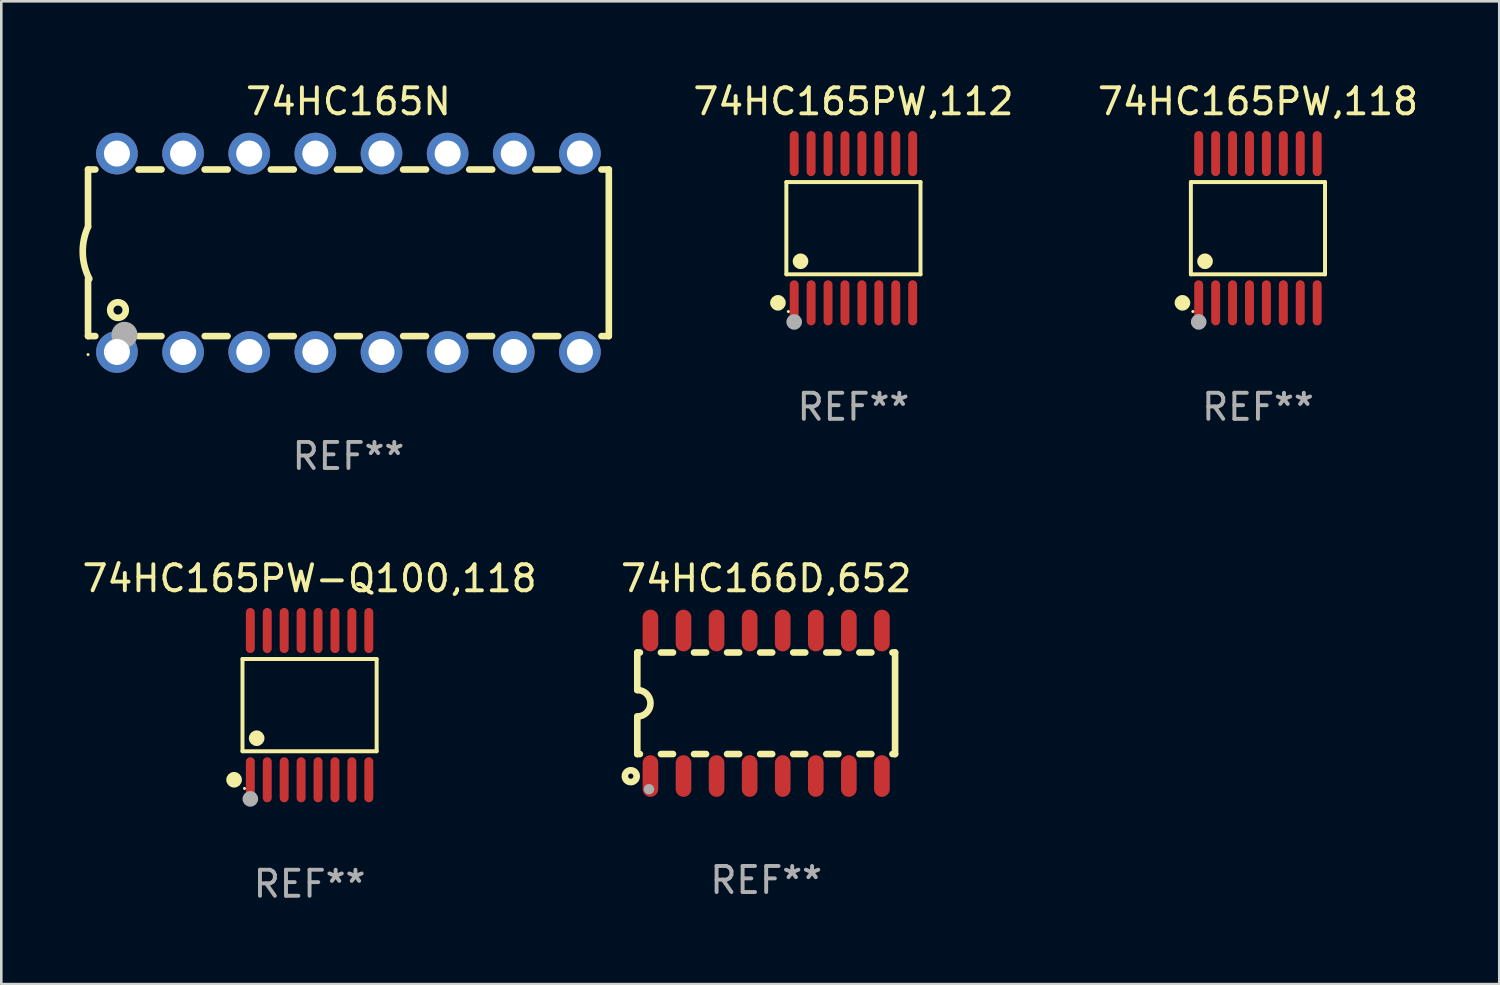
<source format=kicad_pcb>
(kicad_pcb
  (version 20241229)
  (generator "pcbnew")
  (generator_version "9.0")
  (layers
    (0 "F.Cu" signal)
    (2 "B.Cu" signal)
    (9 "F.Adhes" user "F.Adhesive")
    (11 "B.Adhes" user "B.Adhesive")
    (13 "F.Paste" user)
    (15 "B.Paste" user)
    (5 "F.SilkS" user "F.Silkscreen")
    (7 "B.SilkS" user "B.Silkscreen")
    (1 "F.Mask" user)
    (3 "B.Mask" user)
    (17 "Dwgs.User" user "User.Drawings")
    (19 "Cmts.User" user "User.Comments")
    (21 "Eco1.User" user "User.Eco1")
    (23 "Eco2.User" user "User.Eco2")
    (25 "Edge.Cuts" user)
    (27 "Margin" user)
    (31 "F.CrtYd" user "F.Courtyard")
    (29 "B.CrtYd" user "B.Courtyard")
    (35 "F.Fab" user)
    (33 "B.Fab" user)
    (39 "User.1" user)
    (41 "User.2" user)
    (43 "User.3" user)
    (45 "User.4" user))
  (footprint "74HC165PW-Q100,118"
    (layer "F.Cu")
    (at 8.839 24.031)
    (property "Reference" "74HC165PW-Q100,118" (at 0 -4.866 0) (layer "F.SilkS") (effects (font (size 1 1) (thickness 0.15))))
    (attr through_hole)
    (fp_line (start -2.576 -1.772) (end 2.576 -1.772) (stroke (width 0.152) (type solid)) (layer "F.SilkS"))
    (fp_line (start -2.576 1.771) (end -2.576 -1.772) (stroke (width 0.152) (type solid)) (layer "F.SilkS"))
    (fp_line (start 2.576 -1.772) (end 2.576 1.771) (stroke (width 0.152) (type solid)) (layer "F.SilkS"))
    (fp_line (start 2.576 1.771) (end -2.576 1.771) (stroke (width 0.152) (type solid)) (layer "F.SilkS"))
    (fp_circle (center -2.899 2.866) (end -2.749 2.866) (stroke (width 0.3) (type solid)) (fill no) (layer "F.SilkS"))
    (fp_circle (center -2.5 3.2) (end -2.47 3.2) (stroke (width 0.06) (type solid)) (fill no) (layer "F.SilkS"))
    (fp_circle (center -2.032 1.27) (end -1.882 1.27) (stroke (width 0.3) (type solid)) (fill no) (layer "F.SilkS"))
    (fp_circle (center -2.275 3.6) (end -2.125 3.6) (stroke (width 0.3) (type solid)) (fill no) (layer "F.Fab"))
    (fp_text user "REF**" (at 0 6.866 0) (layer "F.Fab") (effects (font (size 1 1) (thickness 0.15))))
    (pad "1" smd oval (at -2.275 2.866) (size 0.343 1.731) (layers "F.Cu" "F.Mask" "F.Paste"))
    (pad "2" smd oval (at -1.625 2.866) (size 0.343 1.731) (layers "F.Cu" "F.Mask" "F.Paste"))
    (pad "3" smd oval (at -0.975 2.866) (size 0.343 1.731) (layers "F.Cu" "F.Mask" "F.Paste"))
    (pad "4" smd oval (at -0.325 2.866) (size 0.343 1.731) (layers "F.Cu" "F.Mask" "F.Paste"))
    (pad "5" smd oval (at 0.325 2.866) (size 0.343 1.731) (layers "F.Cu" "F.Mask" "F.Paste"))
    (pad "6" smd oval (at 0.975 2.866) (size 0.343 1.731) (layers "F.Cu" "F.Mask" "F.Paste"))
    (pad "7" smd oval (at 1.625 2.866) (size 0.343 1.731) (layers "F.Cu" "F.Mask" "F.Paste"))
    (pad "8" smd oval (at 2.275 2.866) (size 0.343 1.731) (layers "F.Cu" "F.Mask" "F.Paste"))
    (pad "9" smd oval (at 2.275 -2.866) (size 0.343 1.731) (layers "F.Cu" "F.Mask" "F.Paste"))
    (pad "10" smd oval (at 1.625 -2.866) (size 0.343 1.731) (layers "F.Cu" "F.Mask" "F.Paste"))
    (pad "11" smd oval (at 0.975 -2.866) (size 0.343 1.731) (layers "F.Cu" "F.Mask" "F.Paste"))
    (pad "12" smd oval (at 0.325 -2.866) (size 0.343 1.731) (layers "F.Cu" "F.Mask" "F.Paste"))
    (pad "13" smd oval (at -0.325 -2.866) (size 0.343 1.731) (layers "F.Cu" "F.Mask" "F.Paste"))
    (pad "14" smd oval (at -0.975 -2.866) (size 0.343 1.731) (layers "F.Cu" "F.Mask" "F.Paste"))
    (pad "15" smd oval (at -1.625 -2.866) (size 0.343 1.731) (layers "F.Cu" "F.Mask" "F.Paste"))
    (pad "16" smd oval (at -2.275 -2.866) (size 0.343 1.731) (layers "F.Cu" "F.Mask" "F.Paste")))
  (footprint "74HC165PW,118"
    (layer "F.Cu")
    (at 45.261 5.714)
    (property "Reference" "74HC165PW,118" (at 0 -4.866 0) (layer "F.SilkS") (effects (font (size 1 1) (thickness 0.15))))
    (attr through_hole)
    (fp_line (start -2.576 -1.772) (end 2.576 -1.772) (stroke (width 0.152) (type solid)) (layer "F.SilkS"))
    (fp_line (start -2.576 1.771) (end -2.576 -1.772) (stroke (width 0.152) (type solid)) (layer "F.SilkS"))
    (fp_line (start 2.576 -1.772) (end 2.576 1.771) (stroke (width 0.152) (type solid)) (layer "F.SilkS"))
    (fp_line (start 2.576 1.771) (end -2.576 1.771) (stroke (width 0.152) (type solid)) (layer "F.SilkS"))
    (fp_circle (center -2.899 2.866) (end -2.749 2.866) (stroke (width 0.3) (type solid)) (fill no) (layer "F.SilkS"))
    (fp_circle (center -2.5 3.2) (end -2.47 3.2) (stroke (width 0.06) (type solid)) (fill no) (layer "F.SilkS"))
    (fp_circle (center -2.032 1.27) (end -1.882 1.27) (stroke (width 0.3) (type solid)) (fill no) (layer "F.SilkS"))
    (fp_circle (center -2.275 3.6) (end -2.125 3.6) (stroke (width 0.3) (type solid)) (fill no) (layer "F.Fab"))
    (fp_text user "REF**" (at 0 6.866 0) (layer "F.Fab") (effects (font (size 1 1) (thickness 0.15))))
    (pad "1" smd oval (at -2.275 2.866) (size 0.343 1.731) (layers "F.Cu" "F.Mask" "F.Paste"))
    (pad "2" smd oval (at -1.625 2.866) (size 0.343 1.731) (layers "F.Cu" "F.Mask" "F.Paste"))
    (pad "3" smd oval (at -0.975 2.866) (size 0.343 1.731) (layers "F.Cu" "F.Mask" "F.Paste"))
    (pad "4" smd oval (at -0.325 2.866) (size 0.343 1.731) (layers "F.Cu" "F.Mask" "F.Paste"))
    (pad "5" smd oval (at 0.325 2.866) (size 0.343 1.731) (layers "F.Cu" "F.Mask" "F.Paste"))
    (pad "6" smd oval (at 0.975 2.866) (size 0.343 1.731) (layers "F.Cu" "F.Mask" "F.Paste"))
    (pad "7" smd oval (at 1.625 2.866) (size 0.343 1.731) (layers "F.Cu" "F.Mask" "F.Paste"))
    (pad "8" smd oval (at 2.275 2.866) (size 0.343 1.731) (layers "F.Cu" "F.Mask" "F.Paste"))
    (pad "9" smd oval (at 2.275 -2.866) (size 0.343 1.731) (layers "F.Cu" "F.Mask" "F.Paste"))
    (pad "10" smd oval (at 1.625 -2.866) (size 0.343 1.731) (layers "F.Cu" "F.Mask" "F.Paste"))
    (pad "11" smd oval (at 0.975 -2.866) (size 0.343 1.731) (layers "F.Cu" "F.Mask" "F.Paste"))
    (pad "12" smd oval (at 0.325 -2.866) (size 0.343 1.731) (layers "F.Cu" "F.Mask" "F.Paste"))
    (pad "13" smd oval (at -0.325 -2.866) (size 0.343 1.731) (layers "F.Cu" "F.Mask" "F.Paste"))
    (pad "14" smd oval (at -0.975 -2.866) (size 0.343 1.731) (layers "F.Cu" "F.Mask" "F.Paste"))
    (pad "15" smd oval (at -1.625 -2.866) (size 0.343 1.731) (layers "F.Cu" "F.Mask" "F.Paste"))
    (pad "16" smd oval (at -2.275 -2.866) (size 0.343 1.731) (layers "F.Cu" "F.Mask" "F.Paste")))
  (footprint "74HC165PW,112"
    (layer "F.Cu")
    (at 29.726 5.714)
    (property "Reference" "74HC165PW,112" (at 0 -4.866 0) (layer "F.SilkS") (effects (font (size 1 1) (thickness 0.15))))
    (attr through_hole)
    (fp_line (start -2.576 -1.772) (end 2.576 -1.772) (stroke (width 0.152) (type solid)) (layer "F.SilkS"))
    (fp_line (start -2.576 1.771) (end -2.576 -1.772) (stroke (width 0.152) (type solid)) (layer "F.SilkS"))
    (fp_line (start 2.576 -1.772) (end 2.576 1.771) (stroke (width 0.152) (type solid)) (layer "F.SilkS"))
    (fp_line (start 2.576 1.771) (end -2.576 1.771) (stroke (width 0.152) (type solid)) (layer "F.SilkS"))
    (fp_circle (center -2.899 2.866) (end -2.749 2.866) (stroke (width 0.3) (type solid)) (fill no) (layer "F.SilkS"))
    (fp_circle (center -2.5 3.2) (end -2.47 3.2) (stroke (width 0.06) (type solid)) (fill no) (layer "F.SilkS"))
    (fp_circle (center -2.032 1.27) (end -1.882 1.27) (stroke (width 0.3) (type solid)) (fill no) (layer "F.SilkS"))
    (fp_circle (center -2.275 3.6) (end -2.125 3.6) (stroke (width 0.3) (type solid)) (fill no) (layer "F.Fab"))
    (fp_text user "REF**" (at 0 6.866 0) (layer "F.Fab") (effects (font (size 1 1) (thickness 0.15))))
    (pad "1" smd oval (at -2.275 2.866) (size 0.343 1.731) (layers "F.Cu" "F.Mask" "F.Paste"))
    (pad "2" smd oval (at -1.625 2.866) (size 0.343 1.731) (layers "F.Cu" "F.Mask" "F.Paste"))
    (pad "3" smd oval (at -0.975 2.866) (size 0.343 1.731) (layers "F.Cu" "F.Mask" "F.Paste"))
    (pad "4" smd oval (at -0.325 2.866) (size 0.343 1.731) (layers "F.Cu" "F.Mask" "F.Paste"))
    (pad "5" smd oval (at 0.325 2.866) (size 0.343 1.731) (layers "F.Cu" "F.Mask" "F.Paste"))
    (pad "6" smd oval (at 0.975 2.866) (size 0.343 1.731) (layers "F.Cu" "F.Mask" "F.Paste"))
    (pad "7" smd oval (at 1.625 2.866) (size 0.343 1.731) (layers "F.Cu" "F.Mask" "F.Paste"))
    (pad "8" smd oval (at 2.275 2.866) (size 0.343 1.731) (layers "F.Cu" "F.Mask" "F.Paste"))
    (pad "9" smd oval (at 2.275 -2.866) (size 0.343 1.731) (layers "F.Cu" "F.Mask" "F.Paste"))
    (pad "10" smd oval (at 1.625 -2.866) (size 0.343 1.731) (layers "F.Cu" "F.Mask" "F.Paste"))
    (pad "11" smd oval (at 0.975 -2.866) (size 0.343 1.731) (layers "F.Cu" "F.Mask" "F.Paste"))
    (pad "12" smd oval (at 0.325 -2.866) (size 0.343 1.731) (layers "F.Cu" "F.Mask" "F.Paste"))
    (pad "13" smd oval (at -0.325 -2.866) (size 0.343 1.731) (layers "F.Cu" "F.Mask" "F.Paste"))
    (pad "14" smd oval (at -0.975 -2.866) (size 0.343 1.731) (layers "F.Cu" "F.Mask" "F.Paste"))
    (pad "15" smd oval (at -1.625 -2.866) (size 0.343 1.731) (layers "F.Cu" "F.Mask" "F.Paste"))
    (pad "16" smd oval (at -2.275 -2.866) (size 0.343 1.731) (layers "F.Cu" "F.Mask" "F.Paste")))
  (footprint "74HC165N"
    (layer "F.Cu")
    (at 10.331 6.658)
    (property "Reference" "74HC165N" (at 0 -5.81 0) (layer "F.SilkS") (effects (font (size 1 1) (thickness 0.15))))
    (attr through_hole)
    (fp_line (start -10 -3.198) (end -9.719 -3.198) (stroke (width 0.254) (type solid)) (layer "F.SilkS"))
    (fp_line (start -10 -0.998) (end -10 -3.198) (stroke (width 0.254) (type solid)) (layer "F.SilkS"))
    (fp_line (start -10 3.2) (end -10 1) (stroke (width 0.254) (type solid)) (layer "F.SilkS"))
    (fp_line (start -10 3.2) (end -9.721 3.2) (stroke (width 0.254) (type solid)) (layer "F.SilkS"))
    (fp_line (start -8.061 -3.198) (end -7.179 -3.198) (stroke (width 0.254) (type solid)) (layer "F.SilkS"))
    (fp_line (start -8.059 3.2) (end -7.181 3.2) (stroke (width 0.254) (type solid)) (layer "F.SilkS"))
    (fp_line (start -5.521 -3.198) (end -4.639 -3.198) (stroke (width 0.254) (type solid)) (layer "F.SilkS"))
    (fp_line (start -5.519 3.2) (end -4.641 3.2) (stroke (width 0.254) (type solid)) (layer "F.SilkS"))
    (fp_line (start -2.981 -3.198) (end -2.099 -3.198) (stroke (width 0.254) (type solid)) (layer "F.SilkS"))
    (fp_line (start -2.979 3.2) (end -2.101 3.2) (stroke (width 0.254) (type solid)) (layer "F.SilkS"))
    (fp_line (start -0.441 -3.198) (end 0.441 -3.198) (stroke (width 0.254) (type solid)) (layer "F.SilkS"))
    (fp_line (start -0.439 3.2) (end 0.439 3.2) (stroke (width 0.254) (type solid)) (layer "F.SilkS"))
    (fp_line (start 2.099 -3.198) (end 2.981 -3.198) (stroke (width 0.254) (type solid)) (layer "F.SilkS"))
    (fp_line (start 2.101 3.2) (end 2.979 3.2) (stroke (width 0.254) (type solid)) (layer "F.SilkS"))
    (fp_line (start 4.639 -3.198) (end 5.521 -3.198) (stroke (width 0.254) (type solid)) (layer "F.SilkS"))
    (fp_line (start 4.641 3.2) (end 5.519 3.2) (stroke (width 0.254) (type solid)) (layer "F.SilkS"))
    (fp_line (start 7.179 -3.198) (end 8.061 -3.198) (stroke (width 0.254) (type solid)) (layer "F.SilkS"))
    (fp_line (start 7.181 3.2) (end 8.059 3.2) (stroke (width 0.254) (type solid)) (layer "F.SilkS"))
    (fp_line (start 9.719 -3.198) (end 10 -3.198) (stroke (width 0.254) (type solid)) (layer "F.SilkS"))
    (fp_line (start 9.721 3.2) (end 10 3.2) (stroke (width 0.254) (type solid)) (layer "F.SilkS"))
    (fp_line (start 10 3.2) (end 10 -3.2) (stroke (width 0.254) (type solid)) (layer "F.SilkS"))
    (fp_arc (start -9.949962 1) (mid -10.203153 0.005709) (end -10 -1) (stroke (width 0.254001) (type solid)) (layer "F.SilkS"))
    (fp_circle (center -10 3.91) (end -9.97 3.91) (stroke (width 0.06) (type solid)) (fill no) (layer "F.SilkS"))
    (fp_circle (center -8.85 2.2) (end -8.55 2.2) (stroke (width 0.254) (type solid)) (fill no) (layer "F.SilkS"))
    (fp_circle (center -8.6 3.15) (end -8.35 3.15) (stroke (width 0.5) (type solid)) (fill no) (layer "F.Fab"))
    (fp_text user "REF**" (at 0 7.81 0) (layer "F.Fab") (effects (font (size 1 1) (thickness 0.15))))
    (pad "1" thru_hole circle (at -8.89 3.81) (size 1.6 1.6) (drill 1) (layers "*.Cu" "*.Mask"))
    (pad "2" thru_hole circle (at -6.35 3.81) (size 1.6 1.6) (drill 1) (layers "*.Cu" "*.Mask"))
    (pad "3" thru_hole circle (at -3.81 3.81) (size 1.6 1.6) (drill 1) (layers "*.Cu" "*.Mask"))
    (pad "4" thru_hole circle (at -1.27 3.81) (size 1.6 1.6) (drill 1) (layers "*.Cu" "*.Mask"))
    (pad "5" thru_hole circle (at 1.27 3.81) (size 1.6 1.6) (drill 1) (layers "*.Cu" "*.Mask"))
    (pad "6" thru_hole circle (at 3.81 3.81) (size 1.6 1.6) (drill 1) (layers "*.Cu" "*.Mask"))
    (pad "7" thru_hole circle (at 6.35 3.81) (size 1.6 1.6) (drill 1) (layers "*.Cu" "*.Mask"))
    (pad "8" thru_hole circle (at 8.89 3.81) (size 1.6 1.6) (drill 1) (layers "*.Cu" "*.Mask"))
    (pad "9" thru_hole circle (at 8.89 -3.81) (size 1.6 1.6) (drill 1) (layers "*.Cu" "*.Mask"))
    (pad "10" thru_hole circle (at 6.35 -3.81) (size 1.6 1.6) (drill 1) (layers "*.Cu" "*.Mask"))
    (pad "11" thru_hole circle (at 3.81 -3.81) (size 1.6 1.6) (drill 1) (layers "*.Cu" "*.Mask"))
    (pad "12" thru_hole circle (at 1.27 -3.81) (size 1.6 1.6) (drill 1) (layers "*.Cu" "*.Mask"))
    (pad "13" thru_hole circle (at -1.27 -3.81) (size 1.6 1.6) (drill 1) (layers "*.Cu" "*.Mask"))
    (pad "14" thru_hole circle (at -3.81 -3.81) (size 1.6 1.6) (drill 1) (layers "*.Cu" "*.Mask"))
    (pad "15" thru_hole circle (at -6.35 -3.81) (size 1.6 1.6) (drill 1) (layers "*.Cu" "*.Mask"))
    (pad "16" thru_hole circle (at -8.89 -3.81) (size 1.6 1.6) (drill 1) (layers "*.Cu" "*.Mask")))
  (footprint "74HC166D,652"
    (layer "F.Cu")
    (at 26.375 23.959)
    (property "Reference" "74HC166D,652" (at 0 -4.794 0) (layer "F.SilkS") (effects (font (size 1 1) (thickness 0.15))))
    (attr through_hole)
    (fp_line (start -4.95 -1.95) (end -4.95 -0.508) (stroke (width 0.254) (type solid)) (layer "F.SilkS"))
    (fp_line (start -4.95 -1.95) (end -4.849 -1.95) (stroke (width 0.254) (type solid)) (layer "F.SilkS"))
    (fp_line (start -4.95 1.95) (end -4.95 0.508) (stroke (width 0.254) (type solid)) (layer "F.SilkS"))
    (fp_line (start -4.95 1.95) (end -4.849 1.95) (stroke (width 0.254) (type solid)) (layer "F.SilkS"))
    (fp_line (start -4.041 -1.95) (end -3.579 -1.95) (stroke (width 0.254) (type solid)) (layer "F.SilkS"))
    (fp_line (start -4.041 1.95) (end -3.579 1.95) (stroke (width 0.254) (type solid)) (layer "F.SilkS"))
    (fp_line (start -2.771 -1.95) (end -2.309 -1.95) (stroke (width 0.254) (type solid)) (layer "F.SilkS"))
    (fp_line (start -2.771 1.95) (end -2.309 1.95) (stroke (width 0.254) (type solid)) (layer "F.SilkS"))
    (fp_line (start -1.501 -1.95) (end -1.039 -1.95) (stroke (width 0.254) (type solid)) (layer "F.SilkS"))
    (fp_line (start -1.501 1.95) (end -1.039 1.95) (stroke (width 0.254) (type solid)) (layer "F.SilkS"))
    (fp_line (start -0.231 -1.95) (end 0.231 -1.95) (stroke (width 0.254) (type solid)) (layer "F.SilkS"))
    (fp_line (start -0.231 1.95) (end 0.231 1.95) (stroke (width 0.254) (type solid)) (layer "F.SilkS"))
    (fp_line (start 1.039 -1.95) (end 1.501 -1.95) (stroke (width 0.254) (type solid)) (layer "F.SilkS"))
    (fp_line (start 1.039 1.95) (end 1.501 1.95) (stroke (width 0.254) (type solid)) (layer "F.SilkS"))
    (fp_line (start 2.309 -1.95) (end 2.771 -1.95) (stroke (width 0.254) (type solid)) (layer "F.SilkS"))
    (fp_line (start 2.309 1.95) (end 2.771 1.95) (stroke (width 0.254) (type solid)) (layer "F.SilkS"))
    (fp_line (start 3.579 -1.95) (end 4.041 -1.95) (stroke (width 0.254) (type solid)) (layer "F.SilkS"))
    (fp_line (start 3.579 1.95) (end 4.041 1.95) (stroke (width 0.254) (type solid)) (layer "F.SilkS"))
    (fp_line (start 4.849 -1.95) (end 4.95 -1.95) (stroke (width 0.254) (type solid)) (layer "F.SilkS"))
    (fp_line (start 4.849 1.95) (end 4.95 1.95) (stroke (width 0.254) (type solid)) (layer "F.SilkS"))
    (fp_line (start 4.95 -1.95) (end 4.95 1.95) (stroke (width 0.254) (type solid)) (layer "F.SilkS"))
    (fp_arc (start -4.95047 -0.508001) (mid -4.442469 -0.000228) (end -4.950013 0.508001) (stroke (width 0.254001) (type solid)) (layer "F.SilkS"))
    (fp_circle (center -5.2 2.8) (end -5.1 2.8) (stroke (width 0.254) (type solid)) (fill no) (layer "F.SilkS"))
    (fp_circle (center -4.95 2.947) (end -4.92 2.947) (stroke (width 0.06) (type solid)) (fill no) (layer "F.SilkS"))
    (fp_circle (center -4.5 3.3) (end -4.4 3.3) (stroke (width 0.2) (type solid)) (fill no) (layer "F.Fab"))
    (fp_text user "REF**" (at 0 6.794 0) (layer "F.Fab") (effects (font (size 1 1) (thickness 0.15))))
    (pad "1" smd oval (at -4.445 2.794) (size 0.6 1.6) (layers "F.Cu" "F.Mask" "F.Paste"))
    (pad "2" smd oval (at -3.175 2.794) (size 0.6 1.6) (layers "F.Cu" "F.Mask" "F.Paste"))
    (pad "3" smd oval (at -1.905 2.794) (size 0.6 1.6) (layers "F.Cu" "F.Mask" "F.Paste"))
    (pad "4" smd oval (at -0.635 2.794) (size 0.6 1.6) (layers "F.Cu" "F.Mask" "F.Paste"))
    (pad "5" smd oval (at 0.635 2.794) (size 0.6 1.6) (layers "F.Cu" "F.Mask" "F.Paste"))
    (pad "6" smd oval (at 1.905 2.794) (size 0.6 1.6) (layers "F.Cu" "F.Mask" "F.Paste"))
    (pad "7" smd oval (at 3.175 2.794) (size 0.6 1.6) (layers "F.Cu" "F.Mask" "F.Paste"))
    (pad "8" smd oval (at 4.445 2.794) (size 0.6 1.6) (layers "F.Cu" "F.Mask" "F.Paste"))
    (pad "9" smd oval (at 4.445 -2.794) (size 0.6 1.6) (layers "F.Cu" "F.Mask" "F.Paste"))
    (pad "10" smd oval (at 3.175 -2.794) (size 0.6 1.6) (layers "F.Cu" "F.Mask" "F.Paste"))
    (pad "11" smd oval (at 1.905 -2.794) (size 0.6 1.6) (layers "F.Cu" "F.Mask" "F.Paste"))
    (pad "12" smd oval (at 0.635 -2.794) (size 0.6 1.6) (layers "F.Cu" "F.Mask" "F.Paste"))
    (pad "13" smd oval (at -0.635 -2.794) (size 0.6 1.6) (layers "F.Cu" "F.Mask" "F.Paste"))
    (pad "14" smd oval (at -1.905 -2.794) (size 0.6 1.6) (layers "F.Cu" "F.Mask" "F.Paste"))
    (pad "15" smd oval (at -3.175 -2.794) (size 0.6 1.6) (layers "F.Cu" "F.Mask" "F.Paste"))
    (pad "16" smd oval (at -4.445 -2.794) (size 0.6 1.6) (layers "F.Cu" "F.Mask" "F.Paste")))
  (gr_rect
    (start -3 -3)
    (end 54.529 34.745)
    (stroke (width 0.1) (type default))
    (fill no)
    (layer "Edge.Cuts")))
</source>
